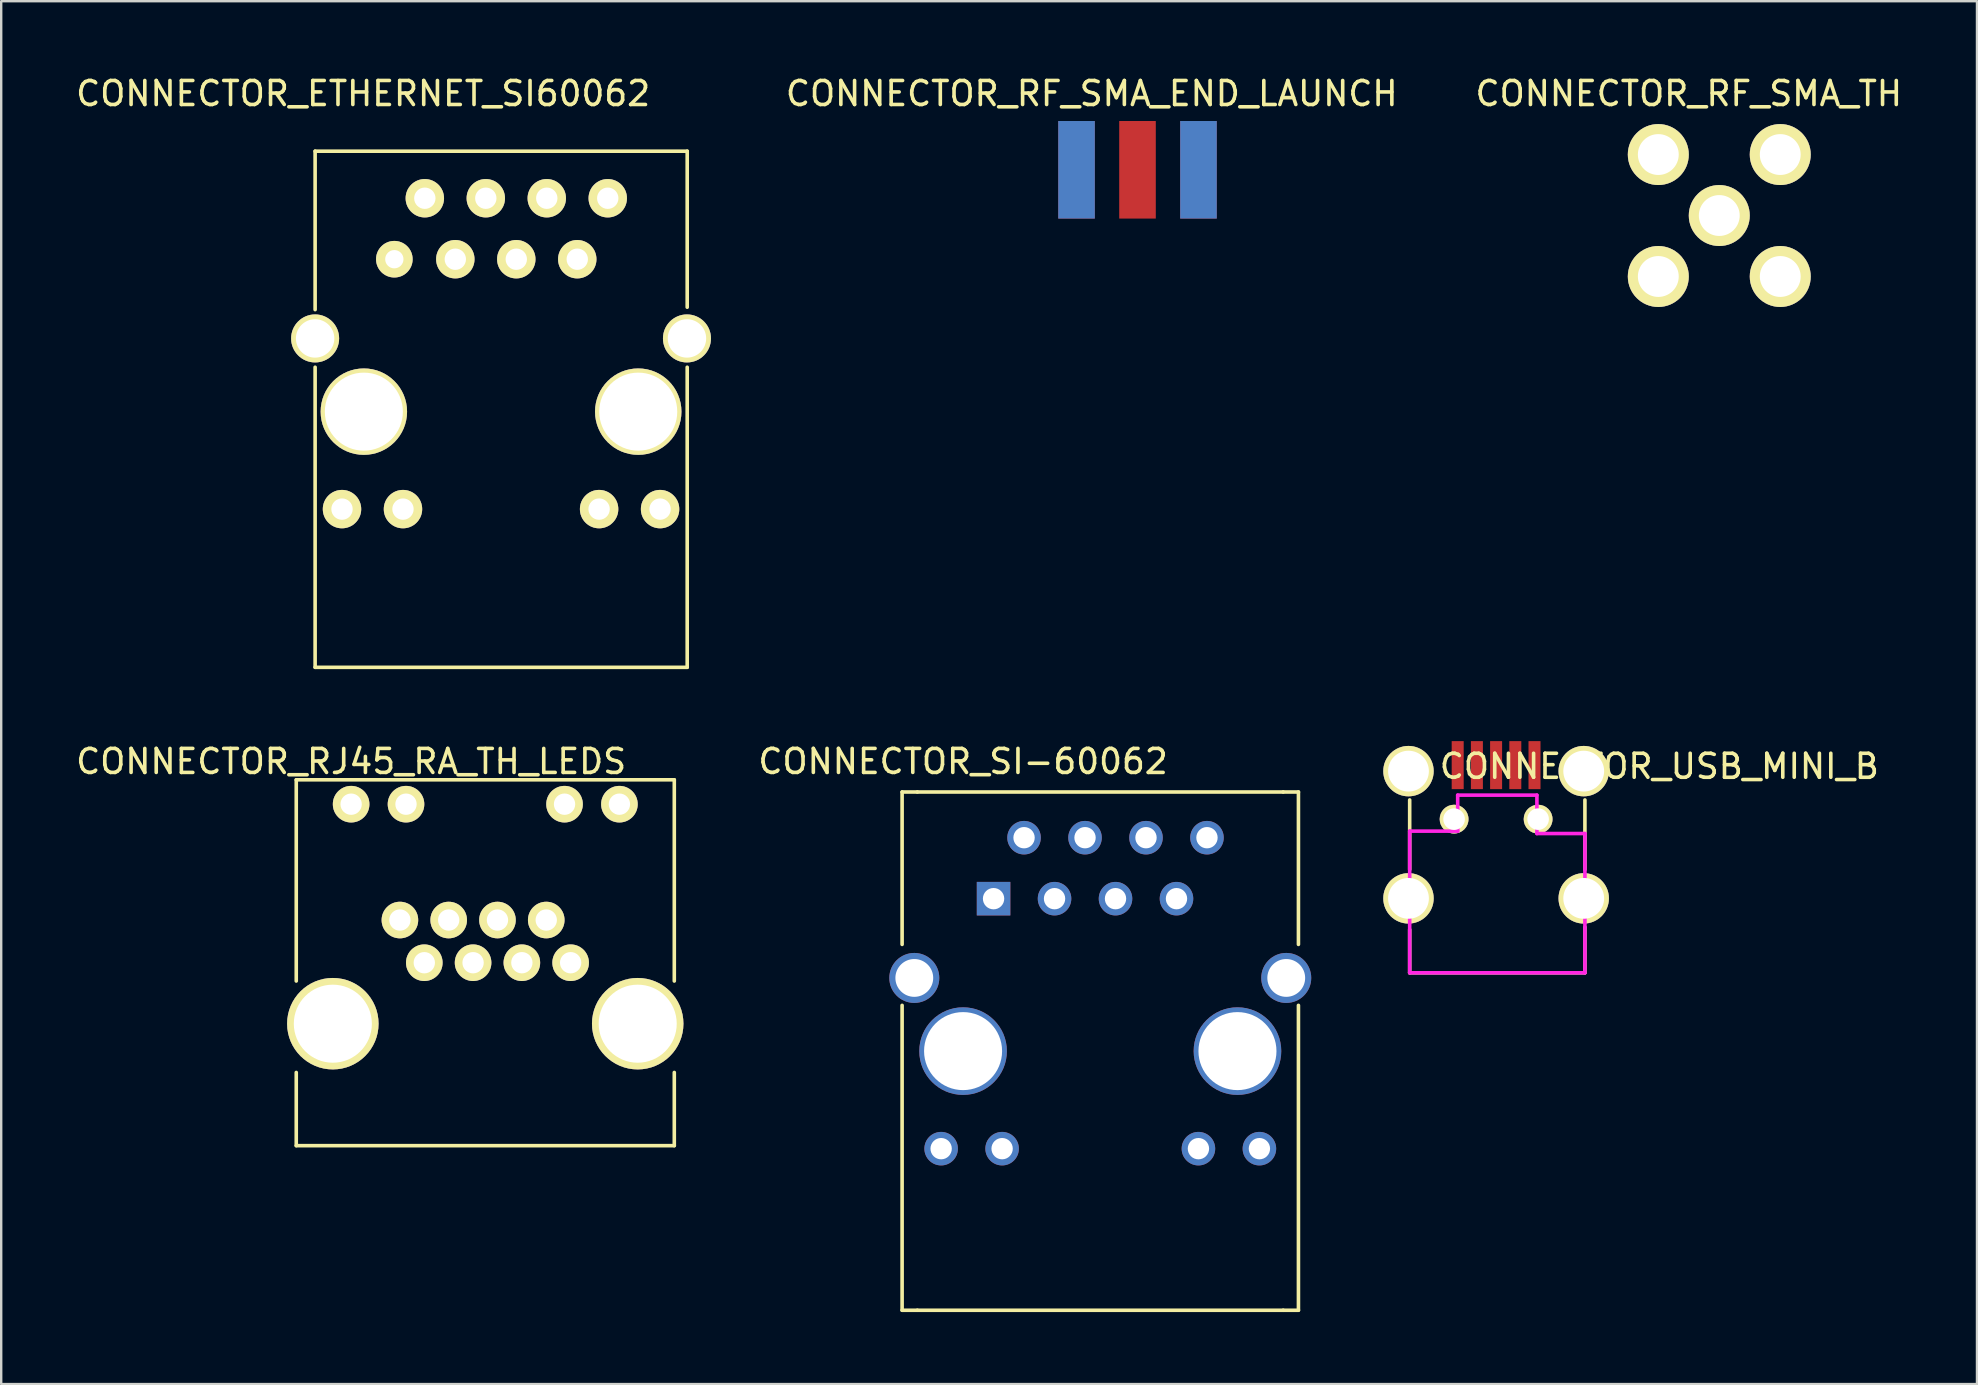
<source format=kicad_pcb>
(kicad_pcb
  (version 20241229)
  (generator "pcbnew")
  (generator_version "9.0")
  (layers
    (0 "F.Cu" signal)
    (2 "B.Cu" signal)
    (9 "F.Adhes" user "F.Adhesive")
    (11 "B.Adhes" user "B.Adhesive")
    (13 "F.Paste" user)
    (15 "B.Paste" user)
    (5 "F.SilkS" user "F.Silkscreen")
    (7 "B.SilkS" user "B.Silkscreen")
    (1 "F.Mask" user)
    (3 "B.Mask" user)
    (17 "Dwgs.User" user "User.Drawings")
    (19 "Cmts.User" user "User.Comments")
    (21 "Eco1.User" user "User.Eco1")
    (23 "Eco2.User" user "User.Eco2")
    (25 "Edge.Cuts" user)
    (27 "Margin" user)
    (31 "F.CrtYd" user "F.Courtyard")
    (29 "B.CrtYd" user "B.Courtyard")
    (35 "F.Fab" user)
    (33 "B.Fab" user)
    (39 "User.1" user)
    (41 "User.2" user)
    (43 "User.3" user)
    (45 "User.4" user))
  (footprint "CONNECTOR_RJ45_RA_TH_LEDS"
    (layer "F.Cu")
    (at 17.165 30.45)
    (property "Reference" "CONNECTOR_RJ45_RA_TH_LEDS" (at -5.588 -1.778 0) (layer "F.SilkS") (effects (font (size 1 1) (thickness 0.15))))
    (attr through_hole)
    (fp_line (start -7.874 -1.016) (end -7.874 7.366) (stroke (width 0.15) (type solid)) (layer "F.SilkS"))
    (fp_line (start -7.874 11.176) (end -7.874 14.224) (stroke (width 0.15) (type solid)) (layer "F.SilkS"))
    (fp_line (start -7.874 14.224) (end 7.874 14.224) (stroke (width 0.15) (type solid)) (layer "F.SilkS"))
    (fp_line (start 7.874 -1.016) (end -7.874 -1.016) (stroke (width 0.15) (type solid)) (layer "F.SilkS"))
    (fp_line (start 7.874 -1.016) (end 7.874 7.366) (stroke (width 0.15) (type solid)) (layer "F.SilkS"))
    (fp_line (start 7.874 14.224) (end 7.874 11.176) (stroke (width 0.15) (type solid)) (layer "F.SilkS"))
    (pad "1" thru_hole circle (at 3.556 6.604) (size 1.524 1.524) (drill 0.889) (layers "*.Cu" "*.Mask" "F.SilkS"))
    (pad "2" thru_hole circle (at 2.54 4.826) (size 1.524 1.524) (drill 0.889) (layers "*.Cu" "*.Mask" "F.SilkS"))
    (pad "3" thru_hole circle (at 1.524 6.604) (size 1.524 1.524) (drill 0.889) (layers "*.Cu" "*.Mask" "F.SilkS"))
    (pad "4" thru_hole circle (at 0.508 4.826) (size 1.524 1.524) (drill 0.889) (layers "*.Cu" "*.Mask" "F.SilkS"))
    (pad "5" thru_hole circle (at -0.508 6.604) (size 1.524 1.524) (drill 0.889) (layers "*.Cu" "*.Mask" "F.SilkS"))
    (pad "6" thru_hole circle (at -1.524 4.826) (size 1.524 1.524) (drill 0.889) (layers "*.Cu" "*.Mask" "F.SilkS"))
    (pad "7" thru_hole circle (at -2.54 6.604) (size 1.524 1.524) (drill 0.889) (layers "*.Cu" "*.Mask" "F.SilkS"))
    (pad "8" thru_hole circle (at -3.556 4.826) (size 1.524 1.524) (drill 0.889) (layers "*.Cu" "*.Mask" "F.SilkS"))
    (pad "9" thru_hole circle (at 5.588 0) (size 1.524 1.524) (drill 0.889) (layers "*.Cu" "*.Mask" "F.SilkS"))
    (pad "10" thru_hole circle (at 3.302 0) (size 1.524 1.524) (drill 0.889) (layers "*.Cu" "*.Mask" "F.SilkS"))
    (pad "11" thru_hole circle (at -3.302 0) (size 1.524 1.524) (drill 0.889) (layers "*.Cu" "*.Mask" "F.SilkS"))
    (pad "12" thru_hole circle (at -5.588 0) (size 1.524 1.524) (drill 0.889) (layers "*.Cu" "*.Mask" "F.SilkS"))
    (pad "17" thru_hole circle (at -6.35 9.144) (size 3.81 3.81) (drill 3.251) (layers "*.Cu" "*.Mask" "F.SilkS"))
    (pad "A" thru_hole circle (at 6.35 9.144) (size 3.81 3.81) (drill 3.251) (layers "*.Cu" "*.Mask" "F.SilkS")))
  (footprint "CONNECTOR_RF_SMA_TH"
    (layer "F.Cu")
    (at 68.57 5.928)
    (property "Reference" "CONNECTOR_RF_SMA_TH" (at -1.27 -5.08 0) (layer "F.SilkS") (effects (font (size 1 1) (thickness 0.15))))
    (attr through_hole)
    (pad "1" thru_hole circle (at 0 0) (size 2.54 2.54) (drill 1.702) (layers "*.Cu" "*.Mask" "F.SilkS"))
    (pad "2" thru_hole circle (at 2.54 -2.54) (size 2.54 2.54) (drill 1.702) (layers "*.Cu" "*.Mask" "F.SilkS"))
    (pad "3" thru_hole circle (at -2.54 -2.54) (size 2.54 2.54) (drill 1.702) (layers "*.Cu" "*.Mask" "F.SilkS"))
    (pad "4" thru_hole circle (at -2.54 2.54) (size 2.54 2.54) (drill 1.702) (layers "*.Cu" "*.Mask" "F.SilkS"))
    (pad "5" thru_hole circle (at 2.54 2.54) (size 2.54 2.54) (drill 1.702) (layers "*.Cu" "*.Mask" "F.SilkS")))
  (footprint "CONNECTOR_ETHERNET_SI60062"
    (layer "F.Cu")
    (at 13.377 7.748)
    (property "Reference" "CONNECTOR_ETHERNET_SI60062" (at -1.3 -6.9 0) (layer "F.SilkS") (effects (font (size 1 1) (thickness 0.15))))
    (attr through_hole)
    (fp_line (start -3.3 -4.5) (end -3.3 2.1) (stroke (width 0.15) (type solid)) (layer "F.SilkS"))
    (fp_line (start -3.3 4.5) (end -3.3 17) (stroke (width 0.15) (type solid)) (layer "F.SilkS"))
    (fp_line (start -3.3 17) (end 12.2 17) (stroke (width 0.15) (type solid)) (layer "F.SilkS"))
    (fp_line (start 12.2 -4.5) (end -3.3 -4.5) (stroke (width 0.15) (type solid)) (layer "F.SilkS"))
    (fp_line (start 12.2 2) (end 12.2 -4.5) (stroke (width 0.15) (type solid)) (layer "F.SilkS"))
    (fp_line (start 12.2 17) (end 12.2 4.5) (stroke (width 0.15) (type solid)) (layer "F.SilkS"))
    (pad "1" thru_hole circle (at 0 0) (size 1.524 1.524) (drill 0.762) (layers "*.Cu" "*.Mask" "F.SilkS"))
    (pad "2" thru_hole circle (at 1.27 -2.54) (size 1.6 1.6) (drill 0.89) (layers "*.Cu" "*.Mask" "F.SilkS"))
    (pad "3" thru_hole circle (at 2.54 0) (size 1.6 1.6) (drill 0.89) (layers "*.Cu" "*.Mask" "F.SilkS"))
    (pad "4" thru_hole circle (at 3.81 -2.54) (size 1.6 1.6) (drill 0.89) (layers "*.Cu" "*.Mask" "F.SilkS"))
    (pad "5" thru_hole circle (at 5.08 0) (size 1.6 1.6) (drill 0.89) (layers "*.Cu" "*.Mask" "F.SilkS"))
    (pad "6" thru_hole circle (at 6.35 -2.54) (size 1.6 1.6) (drill 0.89) (layers "*.Cu" "*.Mask" "F.SilkS"))
    (pad "7" thru_hole circle (at 7.62 0) (size 1.6 1.6) (drill 0.89) (layers "*.Cu" "*.Mask" "F.SilkS"))
    (pad "8" thru_hole circle (at 8.89 -2.54) (size 1.6 1.6) (drill 0.89) (layers "*.Cu" "*.Mask" "F.SilkS"))
    (pad "9" thru_hole circle (at -2.18 10.41) (size 1.6 1.6) (drill 0.89) (layers "*.Cu" "*.Mask" "F.SilkS"))
    (pad "10" thru_hole circle (at 0.36 10.41) (size 1.6 1.6) (drill 0.89) (layers "*.Cu" "*.Mask" "F.SilkS"))
    (pad "11" thru_hole circle (at 8.53 10.41) (size 1.6 1.6) (drill 0.89) (layers "*.Cu" "*.Mask" "F.SilkS"))
    (pad "12" thru_hole circle (at 11.07 10.41) (size 1.6 1.6) (drill 0.89) (layers "*.Cu" "*.Mask" "F.SilkS"))
    (pad "13" thru_hole circle (at -1.27 6.35) (size 3.6 3.6) (drill 3.25) (layers "*.Cu" "*.Mask" "F.SilkS"))
    (pad "14" thru_hole circle (at 10.16 6.35) (size 3.6 3.6) (drill 3.25) (layers "*.Cu" "*.Mask" "F.SilkS"))
    (pad "15" thru_hole circle (at -3.3 3.3) (size 2 2) (drill 1.6) (layers "*.Cu" "*.Mask" "F.SilkS"))
    (pad "16" thru_hole circle (at 12.19 3.3) (size 2 2) (drill 1.6) (layers "*.Cu" "*.Mask" "F.SilkS")))
  (footprint "CONNECTOR_USB_MINI_B"
    (layer "F.Cu")
    (at 59.273 31.073)
    (property "Reference" "CONNECTOR_USB_MINI_B" (at 6.8 -2.2 0) (layer "F.SilkS") (effects (font (size 1 1) (thickness 0.15))))
    (attr through_hole)
    (fp_line (start -3.6 2.1) (end -3.6 -0.8) (stroke (width 0.15) (type solid)) (layer "F.SilkS"))
    (fp_line (start -3.6 4.6) (end -3.6 6.4) (stroke (width 0.15) (type solid)) (layer "F.SilkS"))
    (fp_line (start -3.6 6.4) (end 3.7 6.4) (stroke (width 0.15) (type solid)) (layer "F.SilkS"))
    (fp_line (start 3.7 2.1) (end 3.7 -0.8) (stroke (width 0.15) (type solid)) (layer "F.SilkS"))
    (fp_line (start 3.7 6.4) (end 3.7 4.5) (stroke (width 0.15) (type solid)) (layer "F.SilkS"))
    (fp_line (start -3.6 0.5) (end -3.6 6.4) (stroke (width 0.15) (type solid)) (layer "F.CrtYd"))
    (fp_line (start -3.6 6.4) (end 3.7 6.4) (stroke (width 0.15) (type solid)) (layer "F.CrtYd"))
    (fp_line (start -1.6 -1) (end -1.6 0.5) (stroke (width 0.15) (type solid)) (layer "F.CrtYd"))
    (fp_line (start -1.6 0.5) (end -3.6 0.5) (stroke (width 0.15) (type solid)) (layer "F.CrtYd"))
    (fp_line (start 1.7 -1) (end -1.6 -1) (stroke (width 0.15) (type solid)) (layer "F.CrtYd"))
    (fp_line (start 1.7 0.6) (end 1.7 -1) (stroke (width 0.15) (type solid)) (layer "F.CrtYd"))
    (fp_line (start 3.7 0.6) (end 1.7 0.6) (stroke (width 0.15) (type solid)) (layer "F.CrtYd"))
    (fp_line (start 3.7 0.6) (end 3.7 6.4) (stroke (width 0.15) (type solid)) (layer "F.CrtYd"))
    (pad "1" smd rect (at -1.6 -2.25) (size 0.5 2) (layers "F.Cu" "F.Mask" "F.Paste"))
    (pad "2" smd rect (at -0.8 -2.25) (size 0.5 2) (layers "F.Cu" "F.Mask" "F.Paste"))
    (pad "3" smd rect (at 0 -2.25) (size 0.5 2) (layers "F.Cu" "F.Mask" "F.Paste"))
    (pad "4" smd rect (at 0.8 -2.25) (size 0.5 2) (layers "F.Cu" "F.Mask" "F.Paste"))
    (pad "5" smd rect (at 1.6 -2.25) (size 0.5 2) (layers "F.Cu" "F.Mask" "F.Paste"))
    (pad "6" thru_hole circle (at -3.65 -2) (size 2.1 2.1) (drill 1.7) (layers "*.Cu" "*.Mask" "F.SilkS"))
    (pad "7" thru_hole circle (at 3.65 -2) (size 2.1 2.1) (drill 1.7) (layers "*.Cu" "*.Mask" "F.SilkS"))
    (pad "8" thru_hole circle (at -3.65 3.3) (size 2.1 2.1) (drill 1.7) (layers "*.Cu" "*.Mask" "F.SilkS"))
    (pad "9" thru_hole circle (at 3.65 3.3) (size 2.1 2.1) (drill 1.7) (layers "*.Cu" "*.Mask" "F.SilkS"))
    (pad "10" thru_hole circle (at -1.75 0) (size 1.2 1.2) (drill 0.9) (layers "*.Cu" "*.Mask" "F.SilkS"))
    (pad "11" thru_hole circle (at 1.75 0) (size 1.2 1.2) (drill 0.9) (layers "*.Cu" "*.Mask" "F.SilkS")))
  (footprint "CONNECTOR_RF_SMA_END_LAUNCH"
    (layer "F.Cu")
    (at 44.335 4.023)
    (property "Reference" "CONNECTOR_RF_SMA_END_LAUNCH" (at -1.905 -3.175 0) (layer "F.SilkS") (effects (font (size 1 1) (thickness 0.15))))
    (attr through_hole)
    (pad "1" smd rect (at 0 0) (size 1.524 4.064) (layers "F.Cu" "F.Mask" "F.Paste"))
    (pad "2" smd rect (at -2.54 0) (size 1.524 4.064) (layers "F.Cu" "F.Mask" "F.Paste"))
    (pad "3" smd rect (at 2.54 0) (size 1.524 4.064) (layers "F.Cu" "F.Mask" "F.Paste"))
    (pad "4" smd rect (at 2.54 0) (size 1.524 4.064) (layers "F.Mask" "B.Cu" "F.Paste"))
    (pad "5" smd rect (at -2.54 0) (size 1.524 4.064) (layers "F.Mask" "B.Cu" "F.Paste")))
  (footprint "CONNECTOR_SI-60062"
    (layer "F.Cu")
    (at 37.069 40.736)
    (property "Reference" "CONNECTOR_SI-60062" (at 0 -12.065 0) (layer "F.SilkS") (effects (font (size 1 1) (thickness 0.15))))
    (attr through_hole)
    (fp_line (start -2.54 -10.795) (end -1.905 -10.795) (stroke (width 0.15) (type solid)) (layer "F.SilkS"))
    (fp_line (start -2.54 -4.445) (end -2.54 -10.795) (stroke (width 0.15) (type solid)) (layer "F.SilkS"))
    (fp_line (start -2.54 -1.905) (end -2.54 10.795) (stroke (width 0.15) (type solid)) (layer "F.SilkS"))
    (fp_line (start -2.54 10.795) (end -1.905 10.795) (stroke (width 0.15) (type solid)) (layer "F.SilkS"))
    (fp_line (start -1.905 -10.795) (end 13.335 -10.795) (stroke (width 0.15) (type solid)) (layer "F.SilkS"))
    (fp_line (start 13.335 10.795) (end -1.905 10.795) (stroke (width 0.15) (type solid)) (layer "F.SilkS"))
    (fp_line (start 13.97 -10.795) (end 13.335 -10.795) (stroke (width 0.15) (type solid)) (layer "F.SilkS"))
    (fp_line (start 13.97 -4.445) (end 13.97 -10.795) (stroke (width 0.15) (type solid)) (layer "F.SilkS"))
    (fp_line (start 13.97 -1.905) (end 13.97 10.795) (stroke (width 0.15) (type solid)) (layer "F.SilkS"))
    (fp_line (start 13.97 10.795) (end 13.335 10.795) (stroke (width 0.15) (type solid)) (layer "F.SilkS"))
    (pad "1" thru_hole rect (at 1.27 -6.35) (size 1.397 1.397) (drill 0.889) (layers "*.Cu" "*.Mask"))
    (pad "2" thru_hole circle (at 2.54 -8.89) (size 1.397 1.397) (drill 0.889) (layers "*.Cu" "*.Mask"))
    (pad "3" thru_hole circle (at 3.81 -6.35) (size 1.397 1.397) (drill 0.889) (layers "*.Cu" "*.Mask"))
    (pad "4" thru_hole circle (at 5.08 -8.89) (size 1.397 1.397) (drill 0.889) (layers "*.Cu" "*.Mask"))
    (pad "5" thru_hole circle (at 6.35 -6.35) (size 1.397 1.397) (drill 0.889) (layers "*.Cu" "*.Mask"))
    (pad "6" thru_hole circle (at 7.62 -8.89) (size 1.397 1.397) (drill 0.889) (layers "*.Cu" "*.Mask"))
    (pad "7" thru_hole circle (at 8.89 -6.35) (size 1.397 1.397) (drill 0.889) (layers "*.Cu" "*.Mask"))
    (pad "8" thru_hole circle (at 10.16 -8.89) (size 1.397 1.397) (drill 0.889) (layers "*.Cu" "*.Mask"))
    (pad "9" thru_hole circle (at 12.344 4.064) (size 1.397 1.397) (drill 0.889) (layers "*.Cu" "*.Mask"))
    (pad "10" thru_hole circle (at 9.804 4.064) (size 1.397 1.397) (drill 0.889) (layers "*.Cu" "*.Mask"))
    (pad "11" thru_hole circle (at 1.626 4.064) (size 1.397 1.397) (drill 0.889) (layers "*.Cu" "*.Mask"))
    (pad "12" thru_hole circle (at -0.914 4.064) (size 1.397 1.397) (drill 0.889) (layers "*.Cu" "*.Mask"))
    (pad "A" thru_hole circle (at 0 0) (size 3.65 3.65) (drill 3.25) (layers "*.Cu" "*.Mask"))
    (pad "B" thru_hole circle (at 11.43 0) (size 3.65 3.65) (drill 3.25) (layers "*.Cu" "*.Mask"))
    (pad "B1" thru_hole circle (at 13.462 -3.048) (size 2.083 2.083) (drill 1.575) (layers "*.Cu" "*.Mask"))
    (pad "B2" thru_hole circle (at -2.032 -3.048) (size 2.083 2.083) (drill 1.575) (layers "*.Cu" "*.Mask")))
  (gr_rect
    (start -3 -3)
    (end 79.305 54.606)
    (stroke (width 0.1) (type default))
    (fill no)
    (layer "Edge.Cuts")))
</source>
